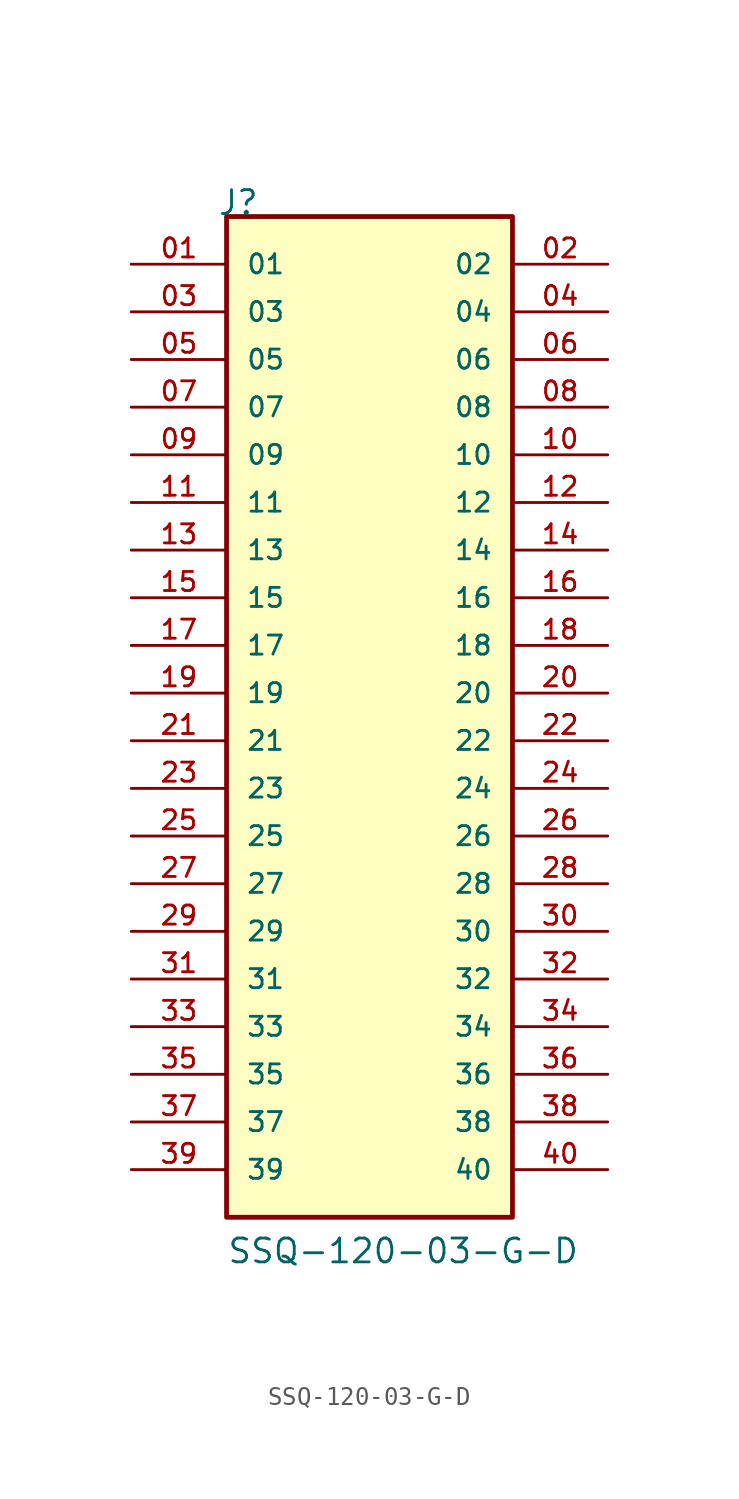
<source format=kicad_sym>
(kicad_symbol_lib
  (version 20211014)
  (generator kicad_symbol_editor)
  (symbol "SSQ-120-03-G-D"
    (pin_names
      (offset 1.016))
    (property "Reference" "J"
      (at -8.12 27.94 0)
      (effects (font (size 1.27 1.27)) (justify bottom left)))
    (property "Value" "SSQ-120-03-G-D"
      (at -7.62 -27.94 0)
      (effects (font (size 1.27 1.27)) (justify bottom left)))
    (symbol "SSQ-120-03-G-D_0_0"
      (rectangle (start -7.62 -25.4) (end 7.62 27.94) (stroke (width 0.254)) (fill (type background)))
      (pin passive line (at -12.7 25.4 0) (length 5.08) (name "01" (effects (font (size 1.016 1.016)))) (number "01" (effects (font (size 1.016 1.016)))))
      (pin passive line (at 12.7 25.4 180.0) (length 5.08) (name "02" (effects (font (size 1.016 1.016)))) (number "02" (effects (font (size 1.016 1.016)))))
      (pin passive line (at -12.7 22.86 0) (length 5.08) (name "03" (effects (font (size 1.016 1.016)))) (number "03" (effects (font (size 1.016 1.016)))))
      (pin passive line (at 12.7 22.86 180.0) (length 5.08) (name "04" (effects (font (size 1.016 1.016)))) (number "04" (effects (font (size 1.016 1.016)))))
      (pin passive line (at -12.7 20.32 0) (length 5.08) (name "05" (effects (font (size 1.016 1.016)))) (number "05" (effects (font (size 1.016 1.016)))))
      (pin passive line (at 12.7 20.32 180.0) (length 5.08) (name "06" (effects (font (size 1.016 1.016)))) (number "06" (effects (font (size 1.016 1.016)))))
      (pin passive line (at -12.7 17.78 0) (length 5.08) (name "07" (effects (font (size 1.016 1.016)))) (number "07" (effects (font (size 1.016 1.016)))))
      (pin passive line (at 12.7 17.78 180.0) (length 5.08) (name "08" (effects (font (size 1.016 1.016)))) (number "08" (effects (font (size 1.016 1.016)))))
      (pin passive line (at -12.7 15.24 0) (length 5.08) (name "09" (effects (font (size 1.016 1.016)))) (number "09" (effects (font (size 1.016 1.016)))))
      (pin passive line (at 12.7 15.24 180.0) (length 5.08) (name "10" (effects (font (size 1.016 1.016)))) (number "10" (effects (font (size 1.016 1.016)))))
      (pin passive line (at -12.7 12.7 0) (length 5.08) (name "11" (effects (font (size 1.016 1.016)))) (number "11" (effects (font (size 1.016 1.016)))))
      (pin passive line (at 12.7 12.7 180.0) (length 5.08) (name "12" (effects (font (size 1.016 1.016)))) (number "12" (effects (font (size 1.016 1.016)))))
      (pin passive line (at -12.7 10.16 0) (length 5.08) (name "13" (effects (font (size 1.016 1.016)))) (number "13" (effects (font (size 1.016 1.016)))))
      (pin passive line (at 12.7 10.16 180.0) (length 5.08) (name "14" (effects (font (size 1.016 1.016)))) (number "14" (effects (font (size 1.016 1.016)))))
      (pin passive line (at -12.7 7.62 0) (length 5.08) (name "15" (effects (font (size 1.016 1.016)))) (number "15" (effects (font (size 1.016 1.016)))))
      (pin passive line (at 12.7 7.62 180.0) (length 5.08) (name "16" (effects (font (size 1.016 1.016)))) (number "16" (effects (font (size 1.016 1.016)))))
      (pin passive line (at -12.7 5.08 0) (length 5.08) (name "17" (effects (font (size 1.016 1.016)))) (number "17" (effects (font (size 1.016 1.016)))))
      (pin passive line (at 12.7 5.08 180.0) (length 5.08) (name "18" (effects (font (size 1.016 1.016)))) (number "18" (effects (font (size 1.016 1.016)))))
      (pin passive line (at -12.7 2.54 0) (length 5.08) (name "19" (effects (font (size 1.016 1.016)))) (number "19" (effects (font (size 1.016 1.016)))))
      (pin passive line (at 12.7 2.54 180.0) (length 5.08) (name "20" (effects (font (size 1.016 1.016)))) (number "20" (effects (font (size 1.016 1.016)))))
      (pin passive line (at -12.7 0.0 0) (length 5.08) (name "21" (effects (font (size 1.016 1.016)))) (number "21" (effects (font (size 1.016 1.016)))))
      (pin passive line (at 12.7 0.0 180.0) (length 5.08) (name "22" (effects (font (size 1.016 1.016)))) (number "22" (effects (font (size 1.016 1.016)))))
      (pin passive line (at -12.7 -2.54 0) (length 5.08) (name "23" (effects (font (size 1.016 1.016)))) (number "23" (effects (font (size 1.016 1.016)))))
      (pin passive line (at 12.7 -2.54 180.0) (length 5.08) (name "24" (effects (font (size 1.016 1.016)))) (number "24" (effects (font (size 1.016 1.016)))))
      (pin passive line (at -12.7 -5.08 0) (length 5.08) (name "25" (effects (font (size 1.016 1.016)))) (number "25" (effects (font (size 1.016 1.016)))))
      (pin passive line (at 12.7 -5.08 180.0) (length 5.08) (name "26" (effects (font (size 1.016 1.016)))) (number "26" (effects (font (size 1.016 1.016)))))
      (pin passive line (at -12.7 -7.62 0) (length 5.08) (name "27" (effects (font (size 1.016 1.016)))) (number "27" (effects (font (size 1.016 1.016)))))
      (pin passive line (at 12.7 -7.62 180.0) (length 5.08) (name "28" (effects (font (size 1.016 1.016)))) (number "28" (effects (font (size 1.016 1.016)))))
      (pin passive line (at -12.7 -10.16 0) (length 5.08) (name "29" (effects (font (size 1.016 1.016)))) (number "29" (effects (font (size 1.016 1.016)))))
      (pin passive line (at 12.7 -10.16 180.0) (length 5.08) (name "30" (effects (font (size 1.016 1.016)))) (number "30" (effects (font (size 1.016 1.016)))))
      (pin passive line (at -12.7 -12.7 0) (length 5.08) (name "31" (effects (font (size 1.016 1.016)))) (number "31" (effects (font (size 1.016 1.016)))))
      (pin passive line (at 12.7 -12.7 180.0) (length 5.08) (name "32" (effects (font (size 1.016 1.016)))) (number "32" (effects (font (size 1.016 1.016)))))
      (pin passive line (at -12.7 -15.24 0) (length 5.08) (name "33" (effects (font (size 1.016 1.016)))) (number "33" (effects (font (size 1.016 1.016)))))
      (pin passive line (at 12.7 -15.24 180.0) (length 5.08) (name "34" (effects (font (size 1.016 1.016)))) (number "34" (effects (font (size 1.016 1.016)))))
      (pin passive line (at -12.7 -17.78 0) (length 5.08) (name "35" (effects (font (size 1.016 1.016)))) (number "35" (effects (font (size 1.016 1.016)))))
      (pin passive line (at 12.7 -17.78 180.0) (length 5.08) (name "36" (effects (font (size 1.016 1.016)))) (number "36" (effects (font (size 1.016 1.016)))))
      (pin passive line (at -12.7 -20.32 0) (length 5.08) (name "37" (effects (font (size 1.016 1.016)))) (number "37" (effects (font (size 1.016 1.016)))))
      (pin passive line (at 12.7 -20.32 180.0) (length 5.08) (name "38" (effects (font (size 1.016 1.016)))) (number "38" (effects (font (size 1.016 1.016)))))
      (pin passive line (at -12.7 -22.86 0) (length 5.08) (name "39" (effects (font (size 1.016 1.016)))) (number "39" (effects (font (size 1.016 1.016)))))
      (pin passive line (at 12.7 -22.86 180.0) (length 5.08) (name "40" (effects (font (size 1.016 1.016)))) (number "40" (effects (font (size 1.016 1.016))))))))
</source>
